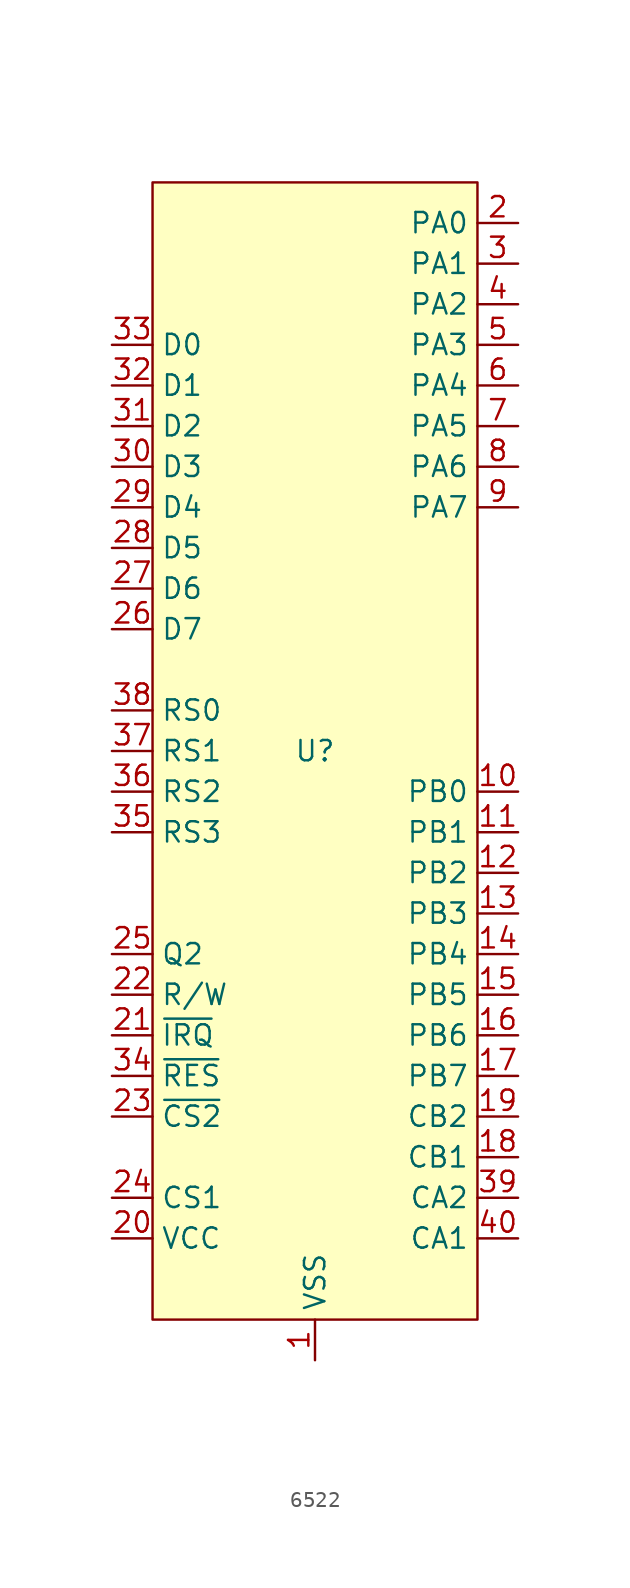
<source format=kicad_sym>
(kicad_symbol_lib
  (version 20220914)
  (generator kicad_symbol_editor)
  (symbol "6522"
    (property "Reference" "U"
      (at 0 0 0)
      (effects (font (size 1.27 1.27))))
    (property "Value" ""
      (at 0 20.32 0)
      (effects (font (size 1.27 1.27))))
    (symbol "6522_0_1"
      (rectangle (start -10.16 35.56) (end 10.16 -35.56) (stroke (width 0) (type default)) (fill (type background))))
    (symbol "6522_1_1"
      (pin power_in line (at 0 -38.1 90) (length 2.54) (name "VSS" (effects (font (size 1.27 1.27)))) (number "1" (effects (font (size 1.27 1.27)))))
      (pin bidirectional line (at 12.7 -2.54 180) (length 2.54) (name "PB0" (effects (font (size 1.27 1.27)))) (number "10" (effects (font (size 1.27 1.27)))))
      (pin bidirectional line (at 12.7 -5.08 180) (length 2.54) (name "PB1" (effects (font (size 1.27 1.27)))) (number "11" (effects (font (size 1.27 1.27)))))
      (pin bidirectional line (at 12.7 -7.62 180) (length 2.54) (name "PB2" (effects (font (size 1.27 1.27)))) (number "12" (effects (font (size 1.27 1.27)))))
      (pin bidirectional line (at 12.7 -10.16 180) (length 2.54) (name "PB3" (effects (font (size 1.27 1.27)))) (number "13" (effects (font (size 1.27 1.27)))))
      (pin bidirectional line (at 12.7 -12.7 180) (length 2.54) (name "PB4" (effects (font (size 1.27 1.27)))) (number "14" (effects (font (size 1.27 1.27)))))
      (pin bidirectional line (at 12.7 -15.24 180) (length 2.54) (name "PB5" (effects (font (size 1.27 1.27)))) (number "15" (effects (font (size 1.27 1.27)))))
      (pin bidirectional line (at 12.7 -17.78 180) (length 2.54) (name "PB6" (effects (font (size 1.27 1.27)))) (number "16" (effects (font (size 1.27 1.27)))))
      (pin bidirectional line (at 12.7 -20.32 180) (length 2.54) (name "PB7" (effects (font (size 1.27 1.27)))) (number "17" (effects (font (size 1.27 1.27)))))
      (pin bidirectional line (at 12.7 -25.4 180) (length 2.54) (name "CB1" (effects (font (size 1.27 1.27)))) (number "18" (effects (font (size 1.27 1.27)))))
      (pin bidirectional line (at 12.7 -22.86 180) (length 2.54) (name "CB2" (effects (font (size 1.27 1.27)))) (number "19" (effects (font (size 1.27 1.27)))))
      (pin bidirectional line (at 12.7 33.02 180) (length 2.54) (name "PA0" (effects (font (size 1.27 1.27)))) (number "2" (effects (font (size 1.27 1.27)))))
      (pin free line (at -12.7 -30.48 0) (length 2.54) (name "VCC" (effects (font (size 1.27 1.27)))) (number "20" (effects (font (size 1.27 1.27)))))
      (pin output line (at -12.7 -17.78 0) (length 2.54) (name "~{IRQ}" (effects (font (size 1.27 1.27)))) (number "21" (effects (font (size 1.27 1.27)))))
      (pin input line (at -12.7 -15.24 0) (length 2.54) (name "R/W" (effects (font (size 1.27 1.27)))) (number "22" (effects (font (size 1.27 1.27)))))
      (pin input line (at -12.7 -22.86 0) (length 2.54) (name "~{CS2}" (effects (font (size 1.27 1.27)))) (number "23" (effects (font (size 1.27 1.27)))))
      (pin input line (at -12.7 -27.94 0) (length 2.54) (name "CS1" (effects (font (size 1.27 1.27)))) (number "24" (effects (font (size 1.27 1.27)))))
      (pin input line (at -12.7 -12.7 0) (length 2.54) (name "Q2" (effects (font (size 1.27 1.27)))) (number "25" (effects (font (size 1.27 1.27)))))
      (pin bidirectional line (at -12.7 7.62 0) (length 2.54) (name "D7" (effects (font (size 1.27 1.27)))) (number "26" (effects (font (size 1.27 1.27)))))
      (pin bidirectional line (at -12.7 10.16 0) (length 2.54) (name "D6" (effects (font (size 1.27 1.27)))) (number "27" (effects (font (size 1.27 1.27)))))
      (pin bidirectional line (at -12.7 12.7 0) (length 2.54) (name "D5" (effects (font (size 1.27 1.27)))) (number "28" (effects (font (size 1.27 1.27)))))
      (pin bidirectional line (at -12.7 15.24 0) (length 2.54) (name "D4" (effects (font (size 1.27 1.27)))) (number "29" (effects (font (size 1.27 1.27)))))
      (pin bidirectional line (at 12.7 30.48 180) (length 2.54) (name "PA1" (effects (font (size 1.27 1.27)))) (number "3" (effects (font (size 1.27 1.27)))))
      (pin bidirectional line (at -12.7 17.78 0) (length 2.54) (name "D3" (effects (font (size 1.27 1.27)))) (number "30" (effects (font (size 1.27 1.27)))))
      (pin bidirectional line (at -12.7 20.32 0) (length 2.54) (name "D2" (effects (font (size 1.27 1.27)))) (number "31" (effects (font (size 1.27 1.27)))))
      (pin bidirectional line (at -12.7 22.86 0) (length 2.54) (name "D1" (effects (font (size 1.27 1.27)))) (number "32" (effects (font (size 1.27 1.27)))))
      (pin bidirectional line (at -12.7 25.4 0) (length 2.54) (name "D0" (effects (font (size 1.27 1.27)))) (number "33" (effects (font (size 1.27 1.27)))))
      (pin input line (at -12.7 -20.32 0) (length 2.54) (name "~{RES}" (effects (font (size 1.27 1.27)))) (number "34" (effects (font (size 1.27 1.27)))))
      (pin input line (at -12.7 -5.08 0) (length 2.54) (name "RS3" (effects (font (size 1.27 1.27)))) (number "35" (effects (font (size 1.27 1.27)))))
      (pin input line (at -12.7 -2.54 0) (length 2.54) (name "RS2" (effects (font (size 1.27 1.27)))) (number "36" (effects (font (size 1.27 1.27)))))
      (pin input line (at -12.7 0 0) (length 2.54) (name "RS1" (effects (font (size 1.27 1.27)))) (number "37" (effects (font (size 1.27 1.27)))))
      (pin input line (at -12.7 2.54 0) (length 2.54) (name "RS0" (effects (font (size 1.27 1.27)))) (number "38" (effects (font (size 1.27 1.27)))))
      (pin bidirectional line (at 12.7 -27.94 180) (length 2.54) (name "CA2" (effects (font (size 1.27 1.27)))) (number "39" (effects (font (size 1.27 1.27)))))
      (pin bidirectional line (at 12.7 27.94 180) (length 2.54) (name "PA2" (effects (font (size 1.27 1.27)))) (number "4" (effects (font (size 1.27 1.27)))))
      (pin bidirectional line (at 12.7 -30.48 180) (length 2.54) (name "CA1" (effects (font (size 1.27 1.27)))) (number "40" (effects (font (size 1.27 1.27)))))
      (pin bidirectional line (at 12.7 25.4 180) (length 2.54) (name "PA3" (effects (font (size 1.27 1.27)))) (number "5" (effects (font (size 1.27 1.27)))))
      (pin bidirectional line (at 12.7 22.86 180) (length 2.54) (name "PA4" (effects (font (size 1.27 1.27)))) (number "6" (effects (font (size 1.27 1.27)))))
      (pin bidirectional line (at 12.7 20.32 180) (length 2.54) (name "PA5" (effects (font (size 1.27 1.27)))) (number "7" (effects (font (size 1.27 1.27)))))
      (pin bidirectional line (at 12.7 17.78 180) (length 2.54) (name "PA6" (effects (font (size 1.27 1.27)))) (number "8" (effects (font (size 1.27 1.27)))))
      (pin bidirectional line (at 12.7 15.24 180) (length 2.54) (name "PA7" (effects (font (size 1.27 1.27)))) (number "9" (effects (font (size 1.27 1.27))))))))
</source>
